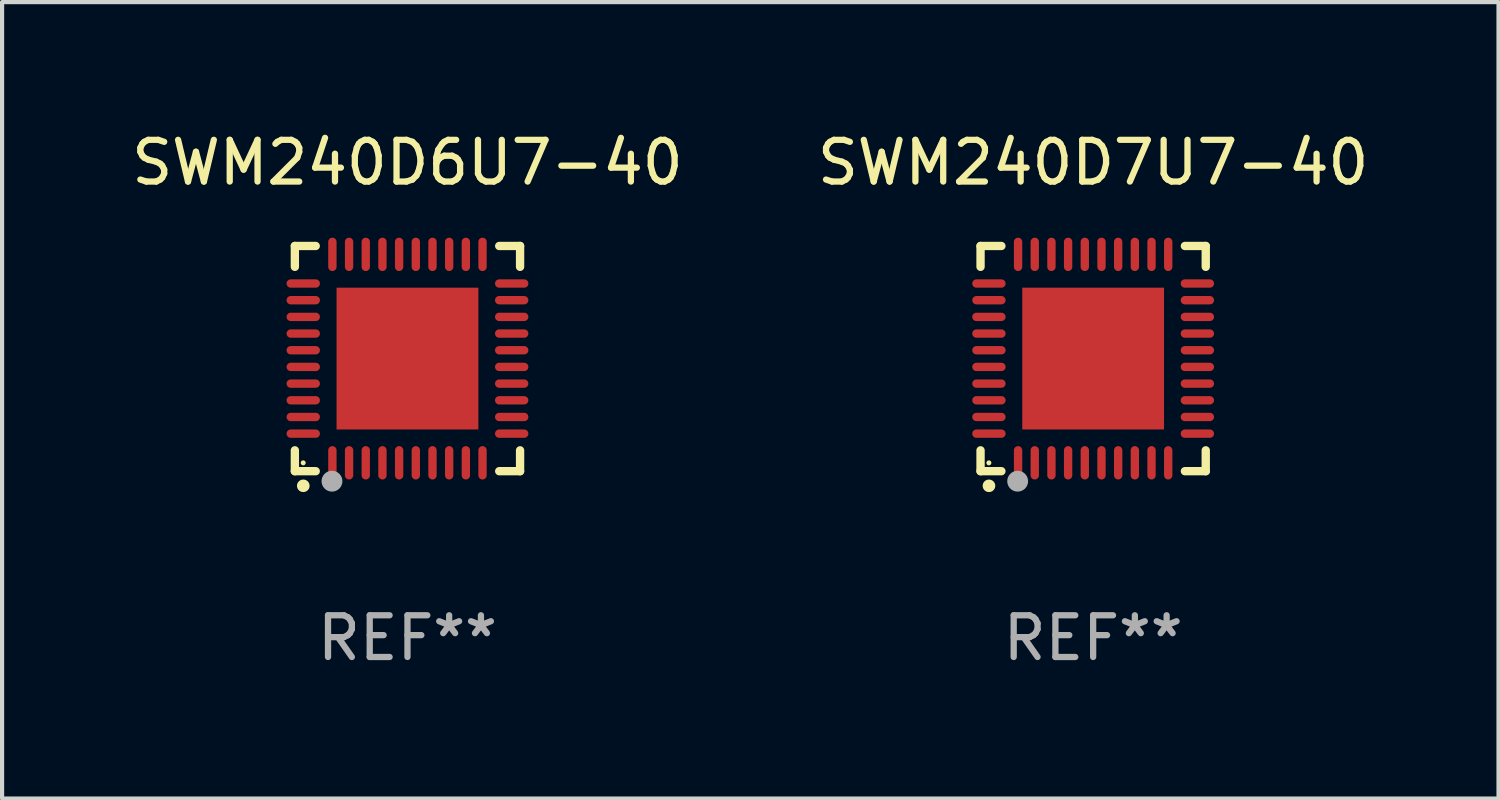
<source format=kicad_pcb>
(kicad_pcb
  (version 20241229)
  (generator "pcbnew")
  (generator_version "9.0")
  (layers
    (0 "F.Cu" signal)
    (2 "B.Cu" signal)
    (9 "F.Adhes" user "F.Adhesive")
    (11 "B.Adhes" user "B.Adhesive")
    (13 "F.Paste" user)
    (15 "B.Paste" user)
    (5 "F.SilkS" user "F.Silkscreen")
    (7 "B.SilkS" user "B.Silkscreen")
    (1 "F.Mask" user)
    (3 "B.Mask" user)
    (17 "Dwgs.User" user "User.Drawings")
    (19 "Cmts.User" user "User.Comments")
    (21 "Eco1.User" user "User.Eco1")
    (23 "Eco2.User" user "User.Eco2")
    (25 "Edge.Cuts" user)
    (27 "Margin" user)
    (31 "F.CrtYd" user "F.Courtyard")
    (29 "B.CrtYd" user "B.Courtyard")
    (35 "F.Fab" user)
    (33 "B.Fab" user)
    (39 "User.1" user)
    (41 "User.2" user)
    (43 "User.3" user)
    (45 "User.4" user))
  (footprint "SWM240D6U7-40"
    (layer "F.Cu")
    (at 6.72 5.548)
    (property "Reference" "SWM240D6U7-40" (at 0 -4.7 0) (layer "F.SilkS") (effects (font (size 1 1) (thickness 0.15))))
    (attr through_hole)
    (fp_line (start -2.7 -2.7) (end -2.7 -2.2) (stroke (width 0.2) (type solid)) (layer "F.SilkS"))
    (fp_line (start -2.7 2.7) (end -2.7 2.2) (stroke (width 0.2) (type solid)) (layer "F.SilkS"))
    (fp_line (start -2.2 -2.7) (end -2.7 -2.7) (stroke (width 0.2) (type solid)) (layer "F.SilkS"))
    (fp_line (start -2.2 2.7) (end -2.7 2.7) (stroke (width 0.2) (type solid)) (layer "F.SilkS"))
    (fp_line (start 2.7 -2.7) (end 2.2 -2.7) (stroke (width 0.2) (type solid)) (layer "F.SilkS"))
    (fp_line (start 2.7 -2.2) (end 2.7 -2.7) (stroke (width 0.2) (type solid)) (layer "F.SilkS"))
    (fp_line (start 2.7 2.2) (end 2.7 2.7) (stroke (width 0.2) (type solid)) (layer "F.SilkS"))
    (fp_line (start 2.7 2.7) (end 2.2 2.7) (stroke (width 0.2) (type solid)) (layer "F.SilkS"))
    (fp_arc (start -2.499365 3.050546) (mid -2.498095 3.050541) (end -2.496825 3.050546) (stroke (width 0.3) (type solid)) (layer "F.SilkS"))
    (fp_circle (center -2.5 2.5) (end -2.47 2.5) (stroke (width 0.06) (type solid)) (fill no) (layer "F.SilkS"))
    (fp_circle (center -1.81 2.94) (end -1.685 2.94) (stroke (width 0.25) (type solid)) (fill no) (layer "F.Fab"))
    (fp_text user "REF**" (at 0 6.7 0) (layer "F.Fab") (effects (font (size 1 1) (thickness 0.15))))
    (pad "1" smd oval (at -1.8 2.499) (size 0.2 0.8) (layers "F.Cu" "F.Mask" "F.Paste"))
    (pad "2" smd oval (at -1.4 2.499) (size 0.2 0.8) (layers "F.Cu" "F.Mask" "F.Paste"))
    (pad "3" smd oval (at -1 2.499) (size 0.2 0.8) (layers "F.Cu" "F.Mask" "F.Paste"))
    (pad "4" smd oval (at -0.6 2.499) (size 0.2 0.8) (layers "F.Cu" "F.Mask" "F.Paste"))
    (pad "5" smd oval (at -0.2 2.499) (size 0.2 0.8) (layers "F.Cu" "F.Mask" "F.Paste"))
    (pad "6" smd oval (at 0.2 2.499) (size 0.2 0.8) (layers "F.Cu" "F.Mask" "F.Paste"))
    (pad "7" smd oval (at 0.6 2.499) (size 0.2 0.8) (layers "F.Cu" "F.Mask" "F.Paste"))
    (pad "8" smd oval (at 1 2.499) (size 0.2 0.8) (layers "F.Cu" "F.Mask" "F.Paste"))
    (pad "9" smd oval (at 1.4 2.499) (size 0.2 0.8) (layers "F.Cu" "F.Mask" "F.Paste"))
    (pad "10" smd oval (at 1.8 2.499) (size 0.2 0.8) (layers "F.Cu" "F.Mask" "F.Paste"))
    (pad "11" smd oval (at 2.499 1.8) (size 0.8 0.2) (layers "F.Cu" "F.Mask" "F.Paste"))
    (pad "12" smd oval (at 2.499 1.4) (size 0.8 0.2) (layers "F.Cu" "F.Mask" "F.Paste"))
    (pad "13" smd oval (at 2.499 1) (size 0.8 0.2) (layers "F.Cu" "F.Mask" "F.Paste"))
    (pad "14" smd oval (at 2.499 0.6) (size 0.8 0.2) (layers "F.Cu" "F.Mask" "F.Paste"))
    (pad "15" smd oval (at 2.499 0.2) (size 0.8 0.2) (layers "F.Cu" "F.Mask" "F.Paste"))
    (pad "16" smd oval (at 2.499 -0.2) (size 0.8 0.2) (layers "F.Cu" "F.Mask" "F.Paste"))
    (pad "17" smd oval (at 2.499 -0.6) (size 0.8 0.2) (layers "F.Cu" "F.Mask" "F.Paste"))
    (pad "18" smd oval (at 2.499 -1) (size 0.8 0.2) (layers "F.Cu" "F.Mask" "F.Paste"))
    (pad "19" smd oval (at 2.499 -1.4) (size 0.8 0.2) (layers "F.Cu" "F.Mask" "F.Paste"))
    (pad "20" smd oval (at 2.499 -1.8) (size 0.8 0.2) (layers "F.Cu" "F.Mask" "F.Paste"))
    (pad "21" smd oval (at 1.8 -2.499) (size 0.2 0.8) (layers "F.Cu" "F.Mask" "F.Paste"))
    (pad "22" smd oval (at 1.4 -2.499) (size 0.2 0.8) (layers "F.Cu" "F.Mask" "F.Paste"))
    (pad "23" smd oval (at 1 -2.499) (size 0.2 0.8) (layers "F.Cu" "F.Mask" "F.Paste"))
    (pad "24" smd oval (at 0.6 -2.499) (size 0.2 0.8) (layers "F.Cu" "F.Mask" "F.Paste"))
    (pad "25" smd oval (at 0.2 -2.499) (size 0.2 0.8) (layers "F.Cu" "F.Mask" "F.Paste"))
    (pad "26" smd oval (at -0.2 -2.499) (size 0.2 0.8) (layers "F.Cu" "F.Mask" "F.Paste"))
    (pad "27" smd oval (at -0.6 -2.499) (size 0.2 0.8) (layers "F.Cu" "F.Mask" "F.Paste"))
    (pad "28" smd oval (at -1 -2.499) (size 0.2 0.8) (layers "F.Cu" "F.Mask" "F.Paste"))
    (pad "29" smd oval (at -1.4 -2.499) (size 0.2 0.8) (layers "F.Cu" "F.Mask" "F.Paste"))
    (pad "30" smd oval (at -1.8 -2.499) (size 0.2 0.8) (layers "F.Cu" "F.Mask" "F.Paste"))
    (pad "31" smd oval (at -2.499 -1.8) (size 0.8 0.2) (layers "F.Cu" "F.Mask" "F.Paste"))
    (pad "32" smd oval (at -2.499 -1.4) (size 0.8 0.2) (layers "F.Cu" "F.Mask" "F.Paste"))
    (pad "33" smd oval (at -2.499 -1) (size 0.8 0.2) (layers "F.Cu" "F.Mask" "F.Paste"))
    (pad "34" smd oval (at -2.499 -0.6) (size 0.8 0.2) (layers "F.Cu" "F.Mask" "F.Paste"))
    (pad "35" smd oval (at -2.499 -0.2) (size 0.8 0.2) (layers "F.Cu" "F.Mask" "F.Paste"))
    (pad "36" smd oval (at -2.499 0.2) (size 0.8 0.2) (layers "F.Cu" "F.Mask" "F.Paste"))
    (pad "37" smd oval (at -2.499 0.6) (size 0.8 0.2) (layers "F.Cu" "F.Mask" "F.Paste"))
    (pad "38" smd oval (at -2.499 1) (size 0.8 0.2) (layers "F.Cu" "F.Mask" "F.Paste"))
    (pad "39" smd oval (at -2.499 1.4) (size 0.8 0.2) (layers "F.Cu" "F.Mask" "F.Paste"))
    (pad "40" smd oval (at -2.499 1.8) (size 0.8 0.2) (layers "F.Cu" "F.Mask" "F.Paste"))
    (pad "41" smd rect (at 0 0) (size 3.4 3.4) (layers "F.Cu" "F.Mask" "F.Paste")))
  (footprint "SWM240D7U7-40"
    (layer "F.Cu")
    (at 23.161 5.548)
    (property "Reference" "SWM240D7U7-40" (at 0 -4.7 0) (layer "F.SilkS") (effects (font (size 1 1) (thickness 0.15))))
    (attr through_hole)
    (fp_line (start -2.7 -2.7) (end -2.7 -2.2) (stroke (width 0.2) (type solid)) (layer "F.SilkS"))
    (fp_line (start -2.7 2.7) (end -2.7 2.2) (stroke (width 0.2) (type solid)) (layer "F.SilkS"))
    (fp_line (start -2.2 -2.7) (end -2.7 -2.7) (stroke (width 0.2) (type solid)) (layer "F.SilkS"))
    (fp_line (start -2.2 2.7) (end -2.7 2.7) (stroke (width 0.2) (type solid)) (layer "F.SilkS"))
    (fp_line (start 2.7 -2.7) (end 2.2 -2.7) (stroke (width 0.2) (type solid)) (layer "F.SilkS"))
    (fp_line (start 2.7 -2.2) (end 2.7 -2.7) (stroke (width 0.2) (type solid)) (layer "F.SilkS"))
    (fp_line (start 2.7 2.2) (end 2.7 2.7) (stroke (width 0.2) (type solid)) (layer "F.SilkS"))
    (fp_line (start 2.7 2.7) (end 2.2 2.7) (stroke (width 0.2) (type solid)) (layer "F.SilkS"))
    (fp_arc (start -2.499365 3.050546) (mid -2.498095 3.050541) (end -2.496825 3.050546) (stroke (width 0.3) (type solid)) (layer "F.SilkS"))
    (fp_circle (center -2.5 2.5) (end -2.47 2.5) (stroke (width 0.06) (type solid)) (fill no) (layer "F.SilkS"))
    (fp_circle (center -1.81 2.94) (end -1.685 2.94) (stroke (width 0.25) (type solid)) (fill no) (layer "F.Fab"))
    (fp_text user "REF**" (at 0 6.7 0) (layer "F.Fab") (effects (font (size 1 1) (thickness 0.15))))
    (pad "1" smd oval (at -1.8 2.499) (size 0.2 0.8) (layers "F.Cu" "F.Mask" "F.Paste"))
    (pad "2" smd oval (at -1.4 2.499) (size 0.2 0.8) (layers "F.Cu" "F.Mask" "F.Paste"))
    (pad "3" smd oval (at -1 2.499) (size 0.2 0.8) (layers "F.Cu" "F.Mask" "F.Paste"))
    (pad "4" smd oval (at -0.6 2.499) (size 0.2 0.8) (layers "F.Cu" "F.Mask" "F.Paste"))
    (pad "5" smd oval (at -0.2 2.499) (size 0.2 0.8) (layers "F.Cu" "F.Mask" "F.Paste"))
    (pad "6" smd oval (at 0.2 2.499) (size 0.2 0.8) (layers "F.Cu" "F.Mask" "F.Paste"))
    (pad "7" smd oval (at 0.6 2.499) (size 0.2 0.8) (layers "F.Cu" "F.Mask" "F.Paste"))
    (pad "8" smd oval (at 1 2.499) (size 0.2 0.8) (layers "F.Cu" "F.Mask" "F.Paste"))
    (pad "9" smd oval (at 1.4 2.499) (size 0.2 0.8) (layers "F.Cu" "F.Mask" "F.Paste"))
    (pad "10" smd oval (at 1.8 2.499) (size 0.2 0.8) (layers "F.Cu" "F.Mask" "F.Paste"))
    (pad "11" smd oval (at 2.499 1.8) (size 0.8 0.2) (layers "F.Cu" "F.Mask" "F.Paste"))
    (pad "12" smd oval (at 2.499 1.4) (size 0.8 0.2) (layers "F.Cu" "F.Mask" "F.Paste"))
    (pad "13" smd oval (at 2.499 1) (size 0.8 0.2) (layers "F.Cu" "F.Mask" "F.Paste"))
    (pad "14" smd oval (at 2.499 0.6) (size 0.8 0.2) (layers "F.Cu" "F.Mask" "F.Paste"))
    (pad "15" smd oval (at 2.499 0.2) (size 0.8 0.2) (layers "F.Cu" "F.Mask" "F.Paste"))
    (pad "16" smd oval (at 2.499 -0.2) (size 0.8 0.2) (layers "F.Cu" "F.Mask" "F.Paste"))
    (pad "17" smd oval (at 2.499 -0.6) (size 0.8 0.2) (layers "F.Cu" "F.Mask" "F.Paste"))
    (pad "18" smd oval (at 2.499 -1) (size 0.8 0.2) (layers "F.Cu" "F.Mask" "F.Paste"))
    (pad "19" smd oval (at 2.499 -1.4) (size 0.8 0.2) (layers "F.Cu" "F.Mask" "F.Paste"))
    (pad "20" smd oval (at 2.499 -1.8) (size 0.8 0.2) (layers "F.Cu" "F.Mask" "F.Paste"))
    (pad "21" smd oval (at 1.8 -2.499) (size 0.2 0.8) (layers "F.Cu" "F.Mask" "F.Paste"))
    (pad "22" smd oval (at 1.4 -2.499) (size 0.2 0.8) (layers "F.Cu" "F.Mask" "F.Paste"))
    (pad "23" smd oval (at 1 -2.499) (size 0.2 0.8) (layers "F.Cu" "F.Mask" "F.Paste"))
    (pad "24" smd oval (at 0.6 -2.499) (size 0.2 0.8) (layers "F.Cu" "F.Mask" "F.Paste"))
    (pad "25" smd oval (at 0.2 -2.499) (size 0.2 0.8) (layers "F.Cu" "F.Mask" "F.Paste"))
    (pad "26" smd oval (at -0.2 -2.499) (size 0.2 0.8) (layers "F.Cu" "F.Mask" "F.Paste"))
    (pad "27" smd oval (at -0.6 -2.499) (size 0.2 0.8) (layers "F.Cu" "F.Mask" "F.Paste"))
    (pad "28" smd oval (at -1 -2.499) (size 0.2 0.8) (layers "F.Cu" "F.Mask" "F.Paste"))
    (pad "29" smd oval (at -1.4 -2.499) (size 0.2 0.8) (layers "F.Cu" "F.Mask" "F.Paste"))
    (pad "30" smd oval (at -1.8 -2.499) (size 0.2 0.8) (layers "F.Cu" "F.Mask" "F.Paste"))
    (pad "31" smd oval (at -2.499 -1.8) (size 0.8 0.2) (layers "F.Cu" "F.Mask" "F.Paste"))
    (pad "32" smd oval (at -2.499 -1.4) (size 0.8 0.2) (layers "F.Cu" "F.Mask" "F.Paste"))
    (pad "33" smd oval (at -2.499 -1) (size 0.8 0.2) (layers "F.Cu" "F.Mask" "F.Paste"))
    (pad "34" smd oval (at -2.499 -0.6) (size 0.8 0.2) (layers "F.Cu" "F.Mask" "F.Paste"))
    (pad "35" smd oval (at -2.499 -0.2) (size 0.8 0.2) (layers "F.Cu" "F.Mask" "F.Paste"))
    (pad "36" smd oval (at -2.499 0.2) (size 0.8 0.2) (layers "F.Cu" "F.Mask" "F.Paste"))
    (pad "37" smd oval (at -2.499 0.6) (size 0.8 0.2) (layers "F.Cu" "F.Mask" "F.Paste"))
    (pad "38" smd oval (at -2.499 1) (size 0.8 0.2) (layers "F.Cu" "F.Mask" "F.Paste"))
    (pad "39" smd oval (at -2.499 1.4) (size 0.8 0.2) (layers "F.Cu" "F.Mask" "F.Paste"))
    (pad "40" smd oval (at -2.499 1.8) (size 0.8 0.2) (layers "F.Cu" "F.Mask" "F.Paste"))
    (pad "41" smd rect (at 0 0) (size 3.4 3.4) (layers "F.Cu" "F.Mask" "F.Paste")))
  (gr_rect
    (start -3 -3)
    (end 32.881 16.097)
    (stroke (width 0.1) (type default))
    (fill no)
    (layer "Edge.Cuts")))
</source>
